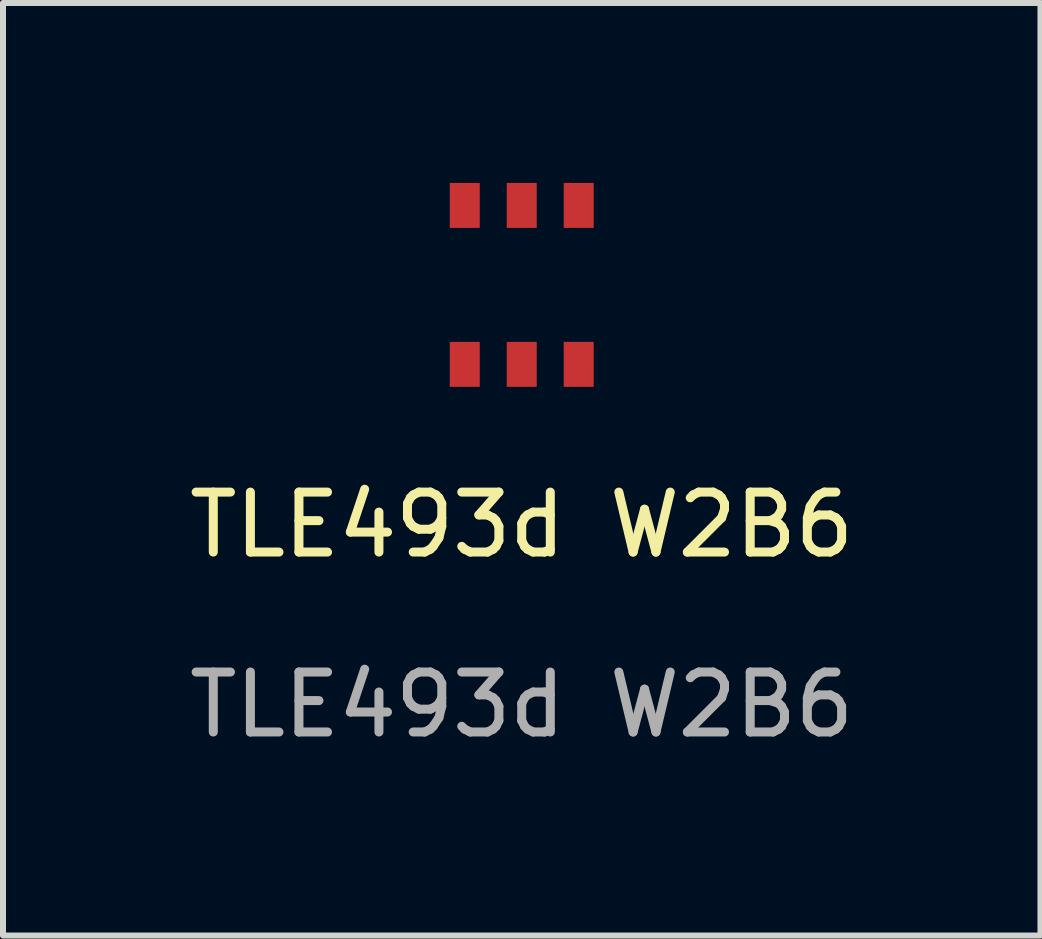
<source format=kicad_pcb>
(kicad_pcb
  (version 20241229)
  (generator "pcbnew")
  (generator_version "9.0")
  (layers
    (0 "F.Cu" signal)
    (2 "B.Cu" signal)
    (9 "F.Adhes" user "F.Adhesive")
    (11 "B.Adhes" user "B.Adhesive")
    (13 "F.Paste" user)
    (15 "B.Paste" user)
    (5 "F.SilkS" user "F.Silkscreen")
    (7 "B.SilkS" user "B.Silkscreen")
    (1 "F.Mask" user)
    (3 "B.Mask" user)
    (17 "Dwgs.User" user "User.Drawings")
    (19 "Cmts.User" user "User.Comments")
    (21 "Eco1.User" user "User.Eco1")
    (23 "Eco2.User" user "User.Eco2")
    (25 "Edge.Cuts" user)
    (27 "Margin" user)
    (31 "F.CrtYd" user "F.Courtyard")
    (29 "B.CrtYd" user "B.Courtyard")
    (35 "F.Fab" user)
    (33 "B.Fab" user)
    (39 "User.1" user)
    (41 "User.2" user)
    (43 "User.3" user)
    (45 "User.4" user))
  (footprint "TLE493d W2B6"
    (layer "F.Cu")
    (at 5.649 1.7)
    (property "Reference" "TLE493d W2B6" (at 0 4 0) (unlocked yes) (layer "F.SilkS") (effects (font (size 1 1) (thickness 0.15))))
    (attr smd)
    (fp_text user "${REFERENCE}" (at 0 7 0) (unlocked yes) (layer "F.Fab") (effects (font (size 1 1) (thickness 0.15))))
    (pad "1" smd rect (at 0.95 1.325) (size 0.5 0.75) (layers "F.Cu" "F.Mask" "F.Paste"))
    (pad "2" smd rect (at 0 1.325) (size 0.5 0.75) (layers "F.Cu" "F.Mask" "F.Paste"))
    (pad "3" smd rect (at -0.95 1.325) (size 0.5 0.75) (layers "F.Cu" "F.Mask" "F.Paste"))
    (pad "4" smd rect (at 0.95 -1.325) (size 0.5 0.75) (layers "F.Cu" "F.Mask" "F.Paste"))
    (pad "5" smd rect (at 0 -1.325) (size 0.5 0.75) (layers "F.Cu" "F.Mask" "F.Paste"))
    (pad "6" smd rect (at -0.95 -1.325) (size 0.5 0.75) (layers "F.Cu" "F.Mask" "F.Paste")))
  (gr_rect
    (start -3 -3)
    (end 14.298 12.548)
    (stroke (width 0.1) (type default))
    (fill no)
    (layer "Edge.Cuts")))
</source>
